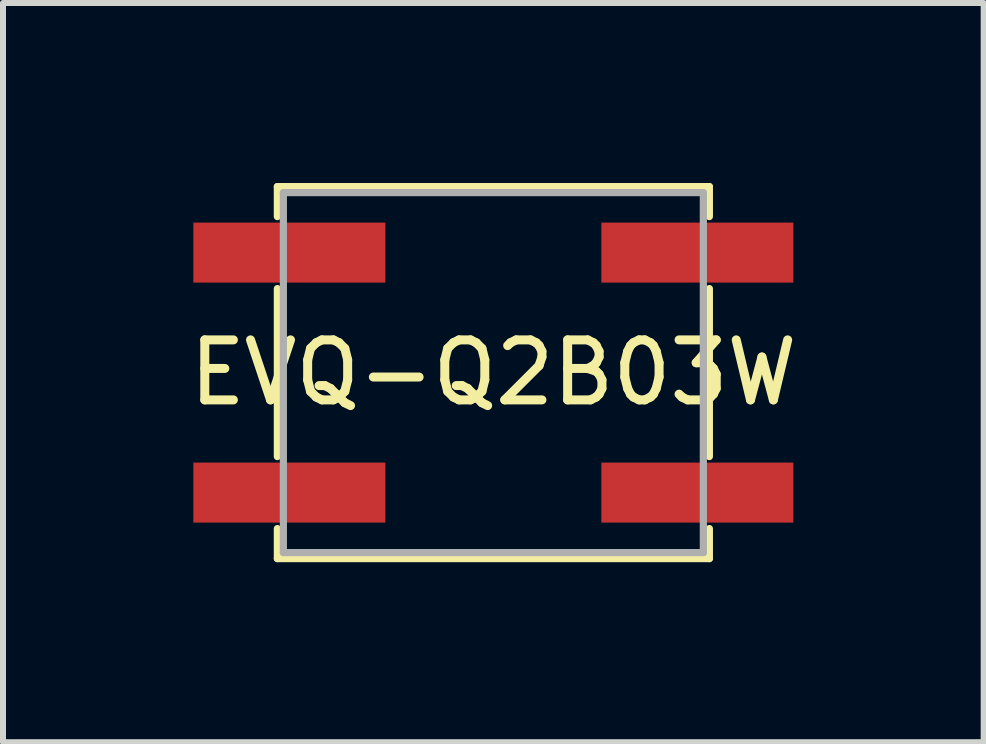
<source format=kicad_pcb>
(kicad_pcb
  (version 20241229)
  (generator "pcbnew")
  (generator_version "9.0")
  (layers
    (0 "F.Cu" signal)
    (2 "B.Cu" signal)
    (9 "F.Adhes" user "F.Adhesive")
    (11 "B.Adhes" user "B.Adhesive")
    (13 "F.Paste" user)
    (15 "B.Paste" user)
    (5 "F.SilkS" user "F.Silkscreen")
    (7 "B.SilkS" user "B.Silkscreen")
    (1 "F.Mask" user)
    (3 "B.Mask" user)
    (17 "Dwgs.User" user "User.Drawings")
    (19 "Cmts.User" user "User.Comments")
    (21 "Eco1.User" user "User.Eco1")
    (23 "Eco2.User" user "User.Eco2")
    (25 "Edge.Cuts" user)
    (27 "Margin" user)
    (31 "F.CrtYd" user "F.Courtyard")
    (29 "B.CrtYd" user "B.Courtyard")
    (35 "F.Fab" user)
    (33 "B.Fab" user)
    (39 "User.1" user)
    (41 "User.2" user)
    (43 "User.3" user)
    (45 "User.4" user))
  (footprint "EVQ-Q2B03W"
    (layer "F.Cu")
    (at 5.173 3.16)
    (property "Reference" "EVQ-Q2B03W" (at 0 0 0) (layer "F.SilkS") (effects (font (size 1 1) (thickness 0.15))))
    (attr through_hole)
    (fp_line (start -3.6 -3.1) (end 3.6 -3.1) (stroke (width 0.12) (type solid)) (layer "F.SilkS"))
    (fp_line (start -3.6 -2.6) (end -3.6 -3.1) (stroke (width 0.12) (type solid)) (layer "F.SilkS"))
    (fp_line (start -3.6 -1.4) (end -3.6 1.4) (stroke (width 0.12) (type solid)) (layer "F.SilkS"))
    (fp_line (start -3.6 2.6) (end -3.6 3.1) (stroke (width 0.12) (type solid)) (layer "F.SilkS"))
    (fp_line (start -3.6 3.1) (end 3.6 3.1) (stroke (width 0.12) (type solid)) (layer "F.SilkS"))
    (fp_line (start 3.6 -3.1) (end 3.6 -2.6) (stroke (width 0.12) (type solid)) (layer "F.SilkS"))
    (fp_line (start 3.6 1.4) (end 3.6 -1.4) (stroke (width 0.12) (type solid)) (layer "F.SilkS"))
    (fp_line (start 3.6 3.1) (end 3.6 2.6) (stroke (width 0.12) (type solid)) (layer "F.SilkS"))
    (fp_line (start -3.5 -3) (end 3.5 -3) (stroke (width 0.12) (type solid)) (layer "F.Fab"))
    (fp_line (start -3.5 3) (end -3.5 -3) (stroke (width 0.12) (type solid)) (layer "F.Fab"))
    (fp_line (start 3.5 -3) (end 3.5 3) (stroke (width 0.12) (type solid)) (layer "F.Fab"))
    (fp_line (start 3.5 3) (end -3.5 3) (stroke (width 0.12) (type solid)) (layer "F.Fab"))
    (pad "1" smd rect (at -3.4 2) (size 3.2 1) (layers "F.Cu" "F.Mask" "F.Paste"))
    (pad "1" smd rect (at 3.4 2) (size 3.2 1) (layers "F.Cu" "F.Mask" "F.Paste"))
    (pad "2" smd rect (at -3.4 -2) (size 3.2 1) (layers "F.Cu" "F.Mask" "F.Paste"))
    (pad "2" smd rect (at 3.4 -2) (size 3.2 1) (layers "F.Cu" "F.Mask" "F.Paste")))
  (gr_rect
    (start -3 -3)
    (end 13.345 9.32)
    (stroke (width 0.1) (type default))
    (fill no)
    (layer "Edge.Cuts")))
</source>
